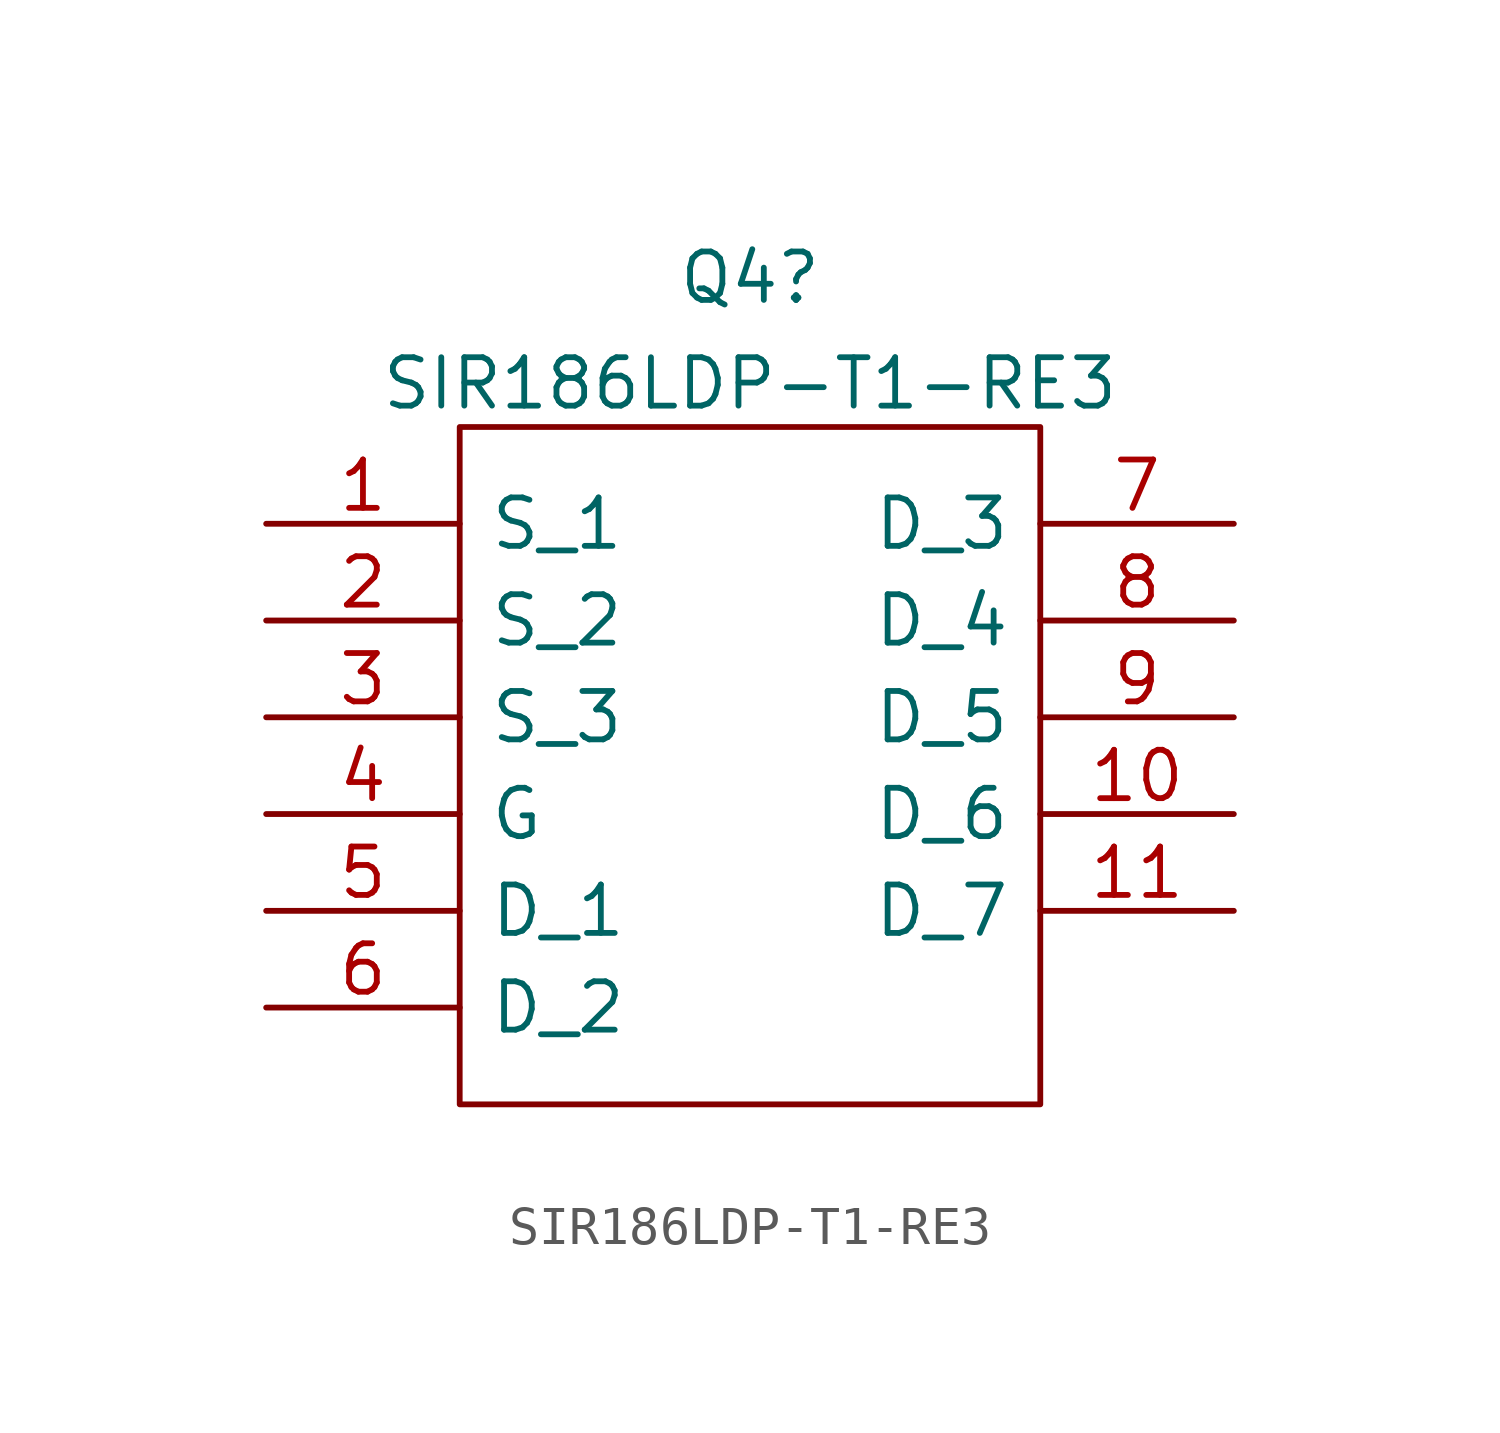
<source format=kicad_sym>
(kicad_symbol_lib
  (version 20210619)
  (generator kicad_symbol_editor)
  (symbol "SamacSys_Parts:SIR186LDP-T1-RE3"
    (pin_names
      (offset 0.762))
    (property "Reference" "Q4"
      (at 12.7 6.456 0)
      (effects (font (size 1.27 1.27))))
    (property "Value" "SIR186LDP-T1-RE3"
      (at 12.7 3.681 0)
      (effects (font (size 1.27 1.27))))
    (symbol "SIR186LDP-T1-RE3_0_0"
      (pin passive line (at 0 0 0) (length 5.08) (name "S_1" (effects (font (size 1.27 1.27)))) (number "1" (effects (font (size 1.27 1.27)))))
      (pin passive line (at 25.4 -7.62 180) (length 5.08) (name "D_6" (effects (font (size 1.27 1.27)))) (number "10" (effects (font (size 1.27 1.27)))))
      (pin passive line (at 25.4 -10.16 180) (length 5.08) (name "D_7" (effects (font (size 1.27 1.27)))) (number "11" (effects (font (size 1.27 1.27)))))
      (pin passive line (at 0 -2.54 0) (length 5.08) (name "S_2" (effects (font (size 1.27 1.27)))) (number "2" (effects (font (size 1.27 1.27)))))
      (pin passive line (at 0 -5.08 0) (length 5.08) (name "S_3" (effects (font (size 1.27 1.27)))) (number "3" (effects (font (size 1.27 1.27)))))
      (pin passive line (at 0 -7.62 0) (length 5.08) (name "G" (effects (font (size 1.27 1.27)))) (number "4" (effects (font (size 1.27 1.27)))))
      (pin passive line (at 0 -10.16 0) (length 5.08) (name "D_1" (effects (font (size 1.27 1.27)))) (number "5" (effects (font (size 1.27 1.27)))))
      (pin passive line (at 0 -12.7 0) (length 5.08) (name "D_2" (effects (font (size 1.27 1.27)))) (number "6" (effects (font (size 1.27 1.27)))))
      (pin passive line (at 25.4 0 180) (length 5.08) (name "D_3" (effects (font (size 1.27 1.27)))) (number "7" (effects (font (size 1.27 1.27)))))
      (pin passive line (at 25.4 -2.54 180) (length 5.08) (name "D_4" (effects (font (size 1.27 1.27)))) (number "8" (effects (font (size 1.27 1.27)))))
      (pin passive line (at 25.4 -5.08 180) (length 5.08) (name "D_5" (effects (font (size 1.27 1.27)))) (number "9" (effects (font (size 1.27 1.27))))))
    (symbol "SIR186LDP-T1-RE3_0_1"
      (polyline (pts (xy 5.08 2.54) (xy 20.32 2.54) (xy 20.32 -15.24) (xy 5.08 -15.24) (xy 5.08 2.54)) (stroke (width 0.152)) (fill (type none))))))
</source>
